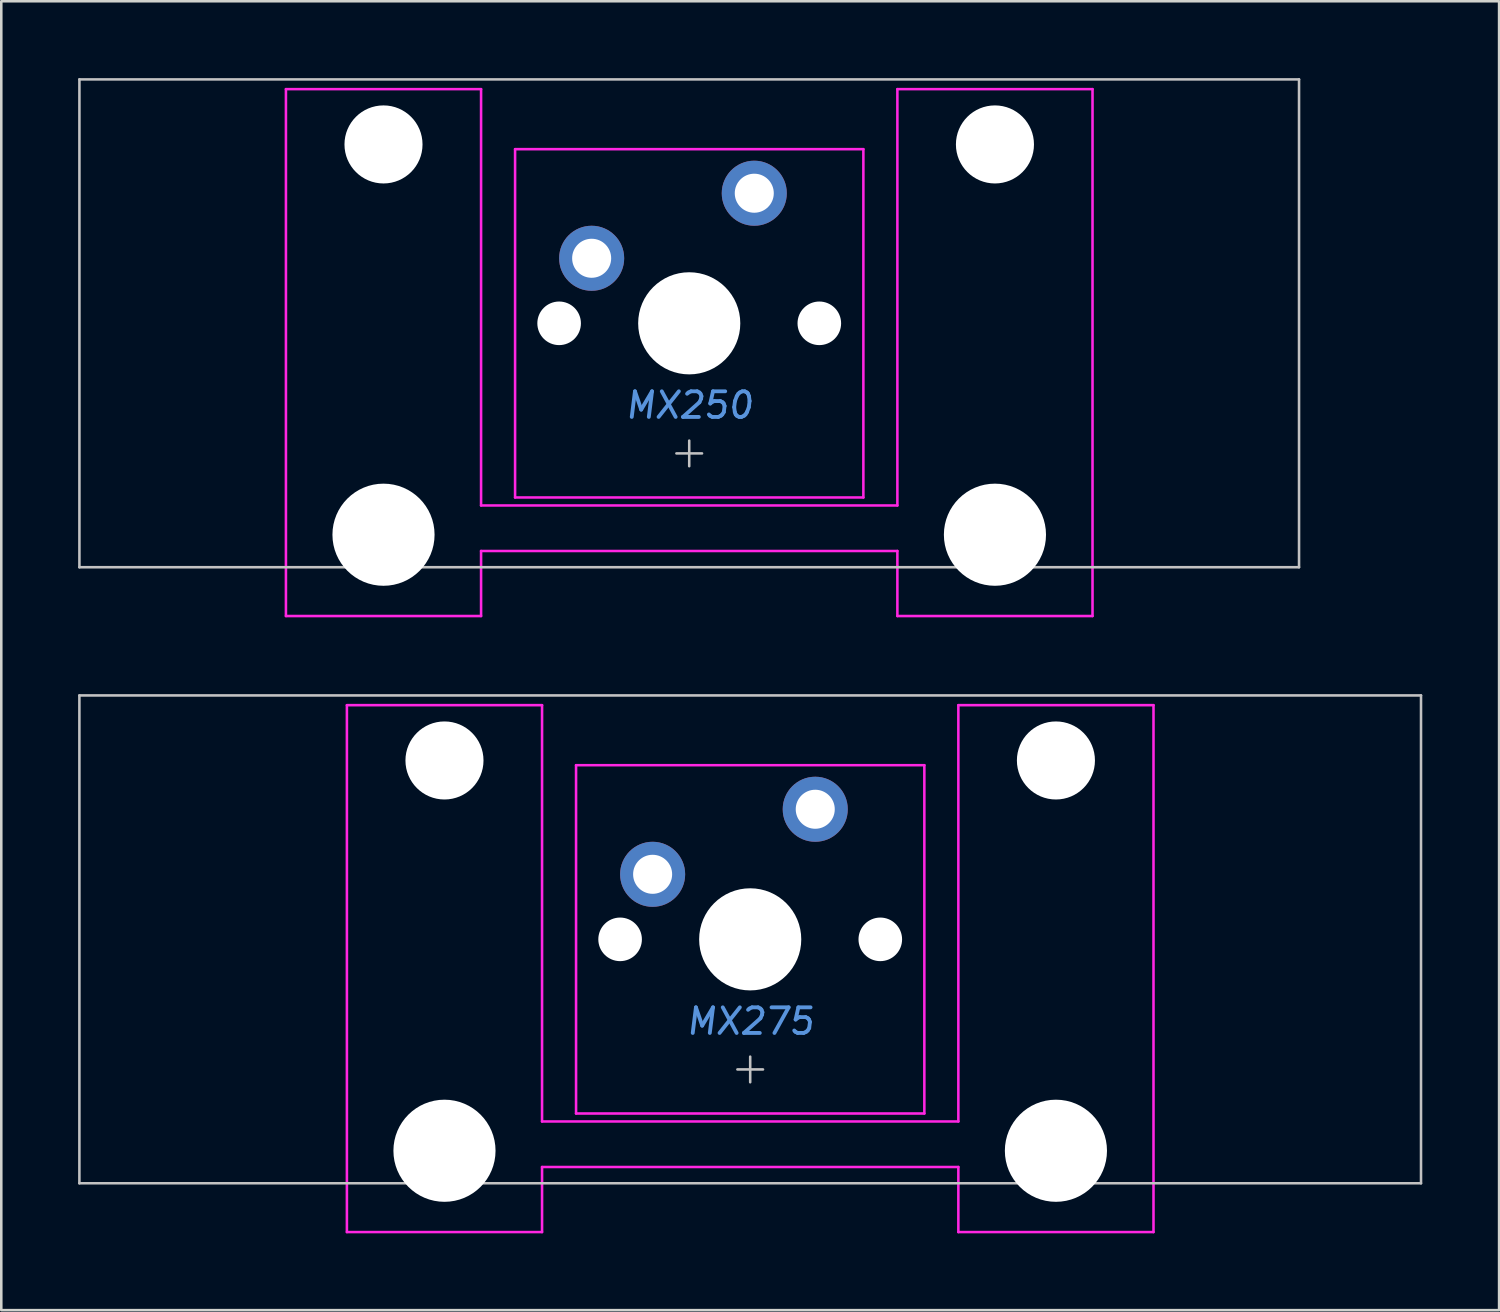
<source format=kicad_pcb>
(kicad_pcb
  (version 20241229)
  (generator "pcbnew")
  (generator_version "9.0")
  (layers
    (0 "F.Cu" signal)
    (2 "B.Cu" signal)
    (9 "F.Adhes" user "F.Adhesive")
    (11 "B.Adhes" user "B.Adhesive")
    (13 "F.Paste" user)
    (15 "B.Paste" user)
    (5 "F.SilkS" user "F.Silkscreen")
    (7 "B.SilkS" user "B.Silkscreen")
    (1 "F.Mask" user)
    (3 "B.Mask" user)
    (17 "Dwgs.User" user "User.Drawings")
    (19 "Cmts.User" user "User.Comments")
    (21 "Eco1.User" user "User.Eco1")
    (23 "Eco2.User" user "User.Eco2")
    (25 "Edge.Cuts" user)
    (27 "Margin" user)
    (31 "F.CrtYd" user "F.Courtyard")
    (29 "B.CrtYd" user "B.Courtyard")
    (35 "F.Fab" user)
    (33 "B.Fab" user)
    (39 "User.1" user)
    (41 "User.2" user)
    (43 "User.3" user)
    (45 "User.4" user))
  (footprint "MX250"
    (layer "F.Cu")
    (at 23.863 9.575)
    (property "Reference" "MX250" (at 0 3.2 0) (layer "Cmts.User") (effects (font (size 1 1) (thickness 0.15) (italic yes))))
    (attr through_hole)
    (fp_line (start -23.812 -9.525) (end -23.812 9.525) (stroke (width 0.1) (type solid)) (layer "Dwgs.User"))
    (fp_line (start 0 5.58) (end 0 4.58) (stroke (width 0.1) (type solid)) (layer "Dwgs.User"))
    (fp_line (start 0.5 5.08) (end -0.5 5.08) (stroke (width 0.1) (type solid)) (layer "Dwgs.User"))
    (fp_line (start 23.812 -9.525) (end -23.812 -9.525) (stroke (width 0.1) (type solid)) (layer "Dwgs.User"))
    (fp_line (start 23.812 -9.525) (end 23.812 9.525) (stroke (width 0.1) (type solid)) (layer "Dwgs.User"))
    (fp_line (start 23.812 9.525) (end -23.812 9.525) (stroke (width 0.1) (type solid)) (layer "Dwgs.User"))
    (fp_line (start -15.438 8.515) (end -15.438 -5.485) (stroke (width 0.1) (type solid)) (layer "Eco1.User"))
    (fp_line (start -14.938 9.015) (end -8.938 9.015) (stroke (width 0.1) (type solid)) (layer "Eco1.User"))
    (fp_line (start -8.938 -5.985) (end -14.938 -5.985) (stroke (width 0.1) (type solid)) (layer "Eco1.User"))
    (fp_line (start -8.438 -5.485) (end -8.438 8.515) (stroke (width 0.1) (type solid)) (layer "Eco1.User"))
    (fp_line (start -7 6.5) (end -7 -6.5) (stroke (width 0.1) (type solid)) (layer "Eco1.User"))
    (fp_line (start -6.5 -7) (end 6.5 -7) (stroke (width 0.1) (type solid)) (layer "Eco1.User"))
    (fp_line (start 6.5 7) (end -6.5 7) (stroke (width 0.1) (type solid)) (layer "Eco1.User"))
    (fp_line (start 7 -6.5) (end 7 6.5) (stroke (width 0.1) (type solid)) (layer "Eco1.User"))
    (fp_line (start 8.438 8.515) (end 8.438 -5.485) (stroke (width 0.1) (type solid)) (layer "Eco1.User"))
    (fp_line (start 8.938 9.015) (end 14.938 9.015) (stroke (width 0.1) (type solid)) (layer "Eco1.User"))
    (fp_line (start 14.938 -5.985) (end 8.938 -5.985) (stroke (width 0.1) (type solid)) (layer "Eco1.User"))
    (fp_line (start 15.438 -5.485) (end 15.438 8.515) (stroke (width 0.1) (type solid)) (layer "Eco1.User"))
    (fp_arc (start -15.438 -5.485) (mid -15.291553 -5.838553) (end -14.938 -5.985) (stroke (width 0.1) (type solid)) (layer "Eco1.User"))
    (fp_arc (start -14.938 9.015) (mid -15.291553 8.868553) (end -15.438 8.515) (stroke (width 0.1) (type solid)) (layer "Eco1.User"))
    (fp_arc (start -8.938 -5.985) (mid -8.584447 -5.838553) (end -8.438 -5.485) (stroke (width 0.1) (type solid)) (layer "Eco1.User"))
    (fp_arc (start -8.438 8.515) (mid -8.584447 8.868553) (end -8.938 9.015) (stroke (width 0.1) (type solid)) (layer "Eco1.User"))
    (fp_arc (start -7 -6.5) (mid -6.853553 -6.853553) (end -6.5 -7) (stroke (width 0.1) (type solid)) (layer "Eco1.User"))
    (fp_arc (start -6.5 7) (mid -6.853553 6.853553) (end -7 6.5) (stroke (width 0.1) (type solid)) (layer "Eco1.User"))
    (fp_arc (start 6.5 -7) (mid 6.853553 -6.853553) (end 7 -6.5) (stroke (width 0.1) (type solid)) (layer "Eco1.User"))
    (fp_arc (start 7 6.5) (mid 6.853553 6.853553) (end 6.5 7) (stroke (width 0.1) (type solid)) (layer "Eco1.User"))
    (fp_arc (start 8.438 -5.485) (mid 8.584447 -5.838553) (end 8.938 -5.985) (stroke (width 0.1) (type solid)) (layer "Eco1.User"))
    (fp_arc (start 8.938 9.015) (mid 8.584447 8.868553) (end 8.438 8.515) (stroke (width 0.1) (type solid)) (layer "Eco1.User"))
    (fp_arc (start 14.938 -5.985) (mid 15.291553 -5.838553) (end 15.438 -5.485) (stroke (width 0.1) (type solid)) (layer "Eco1.User"))
    (fp_arc (start 15.438 8.515) (mid 15.291553 8.868553) (end 14.938 9.015) (stroke (width 0.1) (type solid)) (layer "Eco1.User"))
    (fp_line (start -15.748 -9.144) (end -15.748 11.43) (stroke (width 0.1) (type solid)) (layer "F.CrtYd"))
    (fp_line (start -15.748 11.43) (end -8.128 11.43) (stroke (width 0.1) (type solid)) (layer "F.CrtYd"))
    (fp_line (start -8.128 -9.144) (end -15.748 -9.144) (stroke (width 0.1) (type solid)) (layer "F.CrtYd"))
    (fp_line (start -8.128 -9.144) (end -8.128 7.112) (stroke (width 0.1) (type solid)) (layer "F.CrtYd"))
    (fp_line (start -8.128 11.43) (end -8.128 8.89) (stroke (width 0.1) (type solid)) (layer "F.CrtYd"))
    (fp_line (start -6.8 -6.8) (end 6.8 -6.8) (stroke (width 0.1) (type solid)) (layer "F.CrtYd"))
    (fp_line (start -6.8 6.8) (end -6.8 -6.8) (stroke (width 0.1) (type solid)) (layer "F.CrtYd"))
    (fp_line (start -6.8 6.8) (end 6.8 6.8) (stroke (width 0.1) (type solid)) (layer "F.CrtYd"))
    (fp_line (start 6.8 6.8) (end 6.8 -6.8) (stroke (width 0.1) (type solid)) (layer "F.CrtYd"))
    (fp_line (start 8.128 -9.144) (end 8.128 7.112) (stroke (width 0.1) (type solid)) (layer "F.CrtYd"))
    (fp_line (start 8.128 7.112) (end -8.128 7.112) (stroke (width 0.1) (type solid)) (layer "F.CrtYd"))
    (fp_line (start 8.128 8.89) (end -8.128 8.89) (stroke (width 0.1) (type solid)) (layer "F.CrtYd"))
    (fp_line (start 8.128 11.43) (end 8.128 8.89) (stroke (width 0.1) (type solid)) (layer "F.CrtYd"))
    (fp_line (start 8.128 11.43) (end 15.748 11.43) (stroke (width 0.1) (type solid)) (layer "F.CrtYd"))
    (fp_line (start 15.748 -9.144) (end 8.128 -9.144) (stroke (width 0.1) (type solid)) (layer "F.CrtYd"))
    (fp_line (start 15.748 11.43) (end 15.748 -9.144) (stroke (width 0.1) (type solid)) (layer "F.CrtYd"))
    (pad "" np_thru_hole circle (at -11.938 -6.985) (size 3.048 3.048) (drill 3.048) (layers "*.Cu" "*.Mask"))
    (pad "" np_thru_hole circle (at -11.938 8.255) (size 3.988 3.988) (drill 3.988) (layers "*.Cu" "*.Mask"))
    (pad "" np_thru_hole circle (at -5.08 0) (size 1.702 1.702) (drill 1.702) (layers "*.Cu" "*.Mask"))
    (pad "" np_thru_hole circle (at 0 0) (size 3.988 3.988) (drill 3.988) (layers "*.Cu" "*.Mask"))
    (pad "" np_thru_hole circle (at 5.08 0) (size 1.702 1.702) (drill 1.702) (layers "*.Cu" "*.Mask"))
    (pad "" np_thru_hole circle (at 11.938 -6.985) (size 3.048 3.048) (drill 3.048) (layers "*.Cu" "*.Mask"))
    (pad "" np_thru_hole circle (at 11.938 8.255) (size 3.988 3.988) (drill 3.988) (layers "*.Cu" "*.Mask"))
    (pad "1" thru_hole circle (at 2.54 -5.08) (size 2.54 2.54) (drill 1.524) (layers "*.Cu" "*.Mask"))
    (pad "2" thru_hole circle (at -3.81 -2.54) (size 2.54 2.54) (drill 1.524) (layers "*.Cu" "*.Mask")))
  (footprint "MX275"
    (layer "F.Cu")
    (at 26.244 33.63)
    (property "Reference" "MX275" (at 0 3.2 0) (layer "Cmts.User") (effects (font (size 1 1) (thickness 0.15) (italic yes))))
    (attr through_hole)
    (fp_line (start -26.194 -9.525) (end -26.194 9.525) (stroke (width 0.1) (type solid)) (layer "Dwgs.User"))
    (fp_line (start 0 5.58) (end 0 4.58) (stroke (width 0.1) (type solid)) (layer "Dwgs.User"))
    (fp_line (start 0.5 5.08) (end -0.5 5.08) (stroke (width 0.1) (type solid)) (layer "Dwgs.User"))
    (fp_line (start 26.194 -9.525) (end -26.194 -9.525) (stroke (width 0.1) (type solid)) (layer "Dwgs.User"))
    (fp_line (start 26.194 -9.525) (end 26.194 9.525) (stroke (width 0.1) (type solid)) (layer "Dwgs.User"))
    (fp_line (start 26.194 9.525) (end -26.194 9.525) (stroke (width 0.1) (type solid)) (layer "Dwgs.User"))
    (fp_line (start -15.438 8.515) (end -15.438 -5.485) (stroke (width 0.1) (type solid)) (layer "Eco1.User"))
    (fp_line (start -14.938 9.015) (end -8.938 9.015) (stroke (width 0.1) (type solid)) (layer "Eco1.User"))
    (fp_line (start -8.938 -5.985) (end -14.938 -5.985) (stroke (width 0.1) (type solid)) (layer "Eco1.User"))
    (fp_line (start -8.438 -5.485) (end -8.438 8.515) (stroke (width 0.1) (type solid)) (layer "Eco1.User"))
    (fp_line (start -7 6.5) (end -7 -6.5) (stroke (width 0.1) (type solid)) (layer "Eco1.User"))
    (fp_line (start -6.5 -7) (end 6.5 -7) (stroke (width 0.1) (type solid)) (layer "Eco1.User"))
    (fp_line (start 6.5 7) (end -6.5 7) (stroke (width 0.1) (type solid)) (layer "Eco1.User"))
    (fp_line (start 7 -6.5) (end 7 6.5) (stroke (width 0.1) (type solid)) (layer "Eco1.User"))
    (fp_line (start 8.438 8.515) (end 8.438 -5.485) (stroke (width 0.1) (type solid)) (layer "Eco1.User"))
    (fp_line (start 8.938 9.015) (end 14.938 9.015) (stroke (width 0.1) (type solid)) (layer "Eco1.User"))
    (fp_line (start 14.938 -5.985) (end 8.938 -5.985) (stroke (width 0.1) (type solid)) (layer "Eco1.User"))
    (fp_line (start 15.438 -5.485) (end 15.438 8.515) (stroke (width 0.1) (type solid)) (layer "Eco1.User"))
    (fp_arc (start -15.438 -5.485) (mid -15.291553 -5.838553) (end -14.938 -5.985) (stroke (width 0.1) (type solid)) (layer "Eco1.User"))
    (fp_arc (start -14.938 9.015) (mid -15.291553 8.868553) (end -15.438 8.515) (stroke (width 0.1) (type solid)) (layer "Eco1.User"))
    (fp_arc (start -8.938 -5.985) (mid -8.584447 -5.838553) (end -8.438 -5.485) (stroke (width 0.1) (type solid)) (layer "Eco1.User"))
    (fp_arc (start -8.438 8.515) (mid -8.584447 8.868553) (end -8.938 9.015) (stroke (width 0.1) (type solid)) (layer "Eco1.User"))
    (fp_arc (start -7 -6.5) (mid -6.853553 -6.853553) (end -6.5 -7) (stroke (width 0.1) (type solid)) (layer "Eco1.User"))
    (fp_arc (start -6.5 7) (mid -6.853553 6.853553) (end -7 6.5) (stroke (width 0.1) (type solid)) (layer "Eco1.User"))
    (fp_arc (start 6.5 -7) (mid 6.853553 -6.853553) (end 7 -6.5) (stroke (width 0.1) (type solid)) (layer "Eco1.User"))
    (fp_arc (start 7 6.5) (mid 6.853553 6.853553) (end 6.5 7) (stroke (width 0.1) (type solid)) (layer "Eco1.User"))
    (fp_arc (start 8.438 -5.485) (mid 8.584447 -5.838553) (end 8.938 -5.985) (stroke (width 0.1) (type solid)) (layer "Eco1.User"))
    (fp_arc (start 8.938 9.015) (mid 8.584447 8.868553) (end 8.438 8.515) (stroke (width 0.1) (type solid)) (layer "Eco1.User"))
    (fp_arc (start 14.938 -5.985) (mid 15.291553 -5.838553) (end 15.438 -5.485) (stroke (width 0.1) (type solid)) (layer "Eco1.User"))
    (fp_arc (start 15.438 8.515) (mid 15.291553 8.868553) (end 14.938 9.015) (stroke (width 0.1) (type solid)) (layer "Eco1.User"))
    (fp_line (start -15.748 -9.144) (end -15.748 11.43) (stroke (width 0.1) (type solid)) (layer "F.CrtYd"))
    (fp_line (start -15.748 11.43) (end -8.128 11.43) (stroke (width 0.1) (type solid)) (layer "F.CrtYd"))
    (fp_line (start -8.128 -9.144) (end -15.748 -9.144) (stroke (width 0.1) (type solid)) (layer "F.CrtYd"))
    (fp_line (start -8.128 -9.144) (end -8.128 7.112) (stroke (width 0.1) (type solid)) (layer "F.CrtYd"))
    (fp_line (start -8.128 11.43) (end -8.128 8.89) (stroke (width 0.1) (type solid)) (layer "F.CrtYd"))
    (fp_line (start -6.8 -6.8) (end 6.8 -6.8) (stroke (width 0.1) (type solid)) (layer "F.CrtYd"))
    (fp_line (start -6.8 6.8) (end -6.8 -6.8) (stroke (width 0.1) (type solid)) (layer "F.CrtYd"))
    (fp_line (start -6.8 6.8) (end 6.8 6.8) (stroke (width 0.1) (type solid)) (layer "F.CrtYd"))
    (fp_line (start 6.8 6.8) (end 6.8 -6.8) (stroke (width 0.1) (type solid)) (layer "F.CrtYd"))
    (fp_line (start 8.128 -9.144) (end 8.128 7.112) (stroke (width 0.1) (type solid)) (layer "F.CrtYd"))
    (fp_line (start 8.128 7.112) (end -8.128 7.112) (stroke (width 0.1) (type solid)) (layer "F.CrtYd"))
    (fp_line (start 8.128 8.89) (end -8.128 8.89) (stroke (width 0.1) (type solid)) (layer "F.CrtYd"))
    (fp_line (start 8.128 11.43) (end 8.128 8.89) (stroke (width 0.1) (type solid)) (layer "F.CrtYd"))
    (fp_line (start 8.128 11.43) (end 15.748 11.43) (stroke (width 0.1) (type solid)) (layer "F.CrtYd"))
    (fp_line (start 15.748 -9.144) (end 8.128 -9.144) (stroke (width 0.1) (type solid)) (layer "F.CrtYd"))
    (fp_line (start 15.748 11.43) (end 15.748 -9.144) (stroke (width 0.1) (type solid)) (layer "F.CrtYd"))
    (pad "" np_thru_hole circle (at -11.938 -6.985) (size 3.048 3.048) (drill 3.048) (layers "*.Cu" "*.Mask"))
    (pad "" np_thru_hole circle (at -11.938 8.255) (size 3.988 3.988) (drill 3.988) (layers "*.Cu" "*.Mask"))
    (pad "" np_thru_hole circle (at -5.08 0) (size 1.702 1.702) (drill 1.702) (layers "*.Cu" "*.Mask"))
    (pad "" connect circle (at -3.81 -2.54) (size 1.524 1.524) (layers "F.Mask"))
    (pad "" np_thru_hole circle (at 0 0) (size 3.988 3.988) (drill 3.988) (layers "*.Cu" "*.Mask"))
    (pad "" connect circle (at 2.54 -5.08) (size 1.524 1.524) (layers "F.Mask"))
    (pad "" np_thru_hole circle (at 5.08 0) (size 1.702 1.702) (drill 1.702) (layers "*.Cu" "*.Mask"))
    (pad "" np_thru_hole circle (at 11.938 -6.985) (size 3.048 3.048) (drill 3.048) (layers "*.Cu" "*.Mask"))
    (pad "" np_thru_hole circle (at 11.938 8.255) (size 3.988 3.988) (drill 3.988) (layers "*.Cu" "*.Mask"))
    (pad "1" thru_hole circle (at 2.54 -5.08) (size 2.54 2.54) (drill 1.524) (layers "*.Cu" "B.Mask"))
    (pad "2" thru_hole circle (at -3.81 -2.54) (size 2.54 2.54) (drill 1.524) (layers "*.Cu" "B.Mask")))
  (gr_rect
    (start -3 -3)
    (end 55.487 48.11)
    (stroke (width 0.1) (type default))
    (fill no)
    (layer "Edge.Cuts")))
</source>
